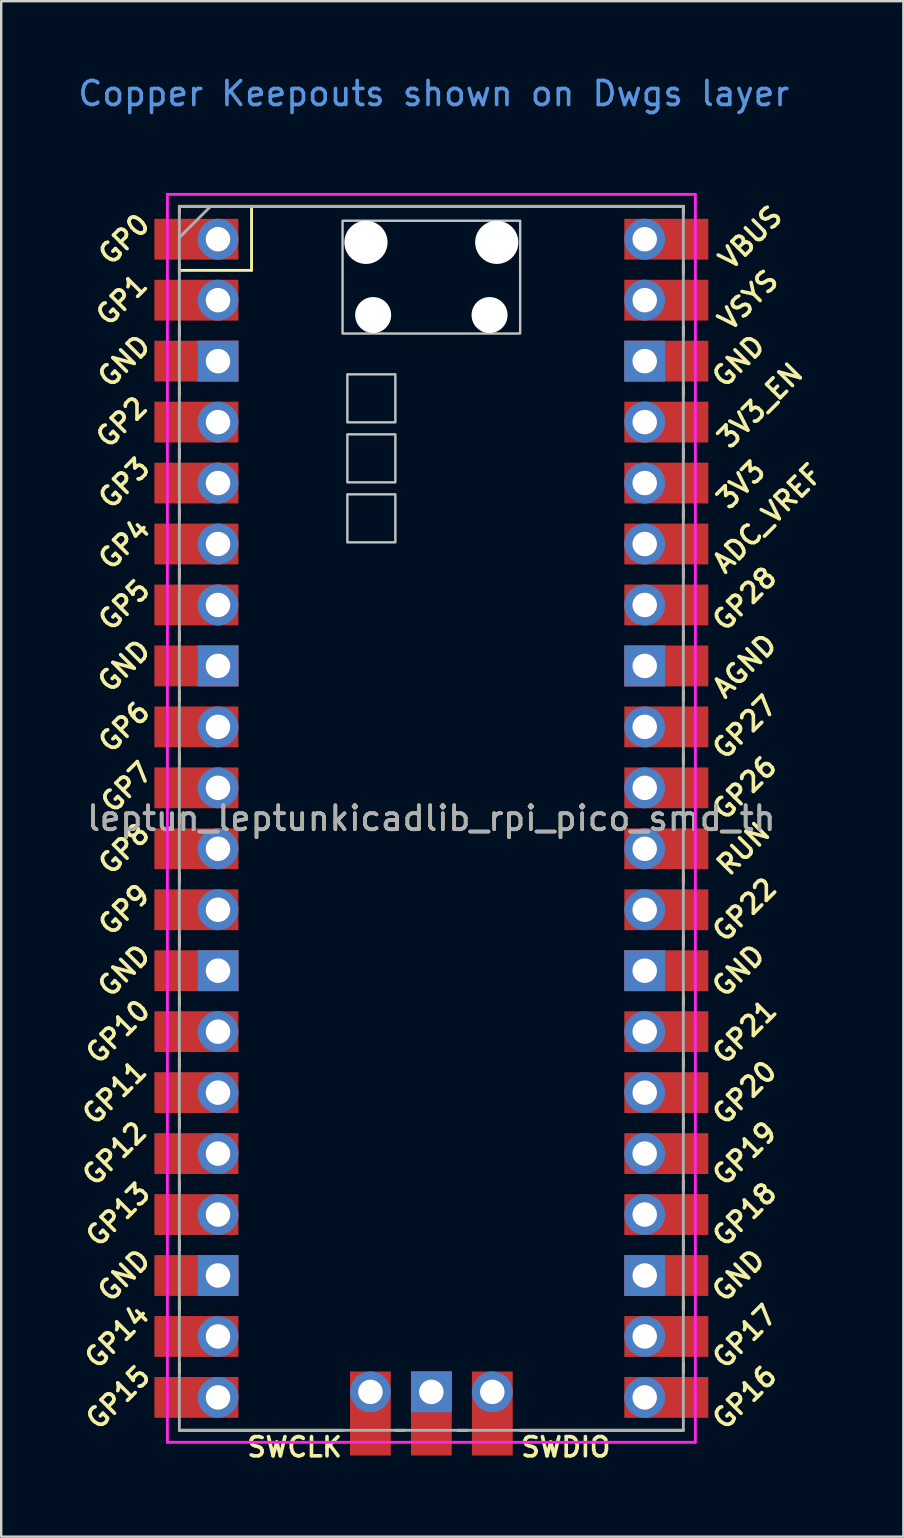
<source format=kicad_pcb>
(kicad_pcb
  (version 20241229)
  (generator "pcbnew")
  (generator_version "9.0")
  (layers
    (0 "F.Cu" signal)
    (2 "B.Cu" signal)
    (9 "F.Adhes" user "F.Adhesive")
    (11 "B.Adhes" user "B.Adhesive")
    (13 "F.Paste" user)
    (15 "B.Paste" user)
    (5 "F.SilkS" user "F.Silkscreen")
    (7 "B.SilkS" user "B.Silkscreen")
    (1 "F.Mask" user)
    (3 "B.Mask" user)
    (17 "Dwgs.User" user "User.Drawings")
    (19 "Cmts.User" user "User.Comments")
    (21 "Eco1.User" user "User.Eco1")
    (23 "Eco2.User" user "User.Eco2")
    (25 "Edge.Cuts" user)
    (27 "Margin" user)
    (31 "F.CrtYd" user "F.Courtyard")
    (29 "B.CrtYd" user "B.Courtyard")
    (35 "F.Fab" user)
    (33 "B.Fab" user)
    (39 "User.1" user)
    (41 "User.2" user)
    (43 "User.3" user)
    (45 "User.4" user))
  (footprint "leptun_leptunkicadlib_rpi_pico_smd_th"
    (layer "F.Cu")
    (at 14.924 31.048)
    (property "Reference" "leptun_leptunkicadlib_rpi_pico_smd_th" (at 0 0 0) (layer "F.SilkS") (effects (font (size 1 1) (thickness 0.15))))
    (attr through_hole)
    (fp_line (start -10.5 -25.5) (end -10.5 -25.2) (stroke (width 0.12) (type solid)) (layer "F.SilkS"))
    (fp_line (start -10.5 -25.5) (end 10.5 -25.5) (stroke (width 0.12) (type solid)) (layer "F.SilkS"))
    (fp_line (start -10.5 -23.1) (end -10.5 -22.7) (stroke (width 0.12) (type solid)) (layer "F.SilkS"))
    (fp_line (start -10.5 -22.833) (end -7.493 -22.833) (stroke (width 0.12) (type solid)) (layer "F.SilkS"))
    (fp_line (start -10.5 -20.5) (end -10.5 -20.1) (stroke (width 0.12) (type solid)) (layer "F.SilkS"))
    (fp_line (start -10.5 -18) (end -10.5 -17.6) (stroke (width 0.12) (type solid)) (layer "F.SilkS"))
    (fp_line (start -10.5 -15.4) (end -10.5 -15) (stroke (width 0.12) (type solid)) (layer "F.SilkS"))
    (fp_line (start -10.5 -12.9) (end -10.5 -12.5) (stroke (width 0.12) (type solid)) (layer "F.SilkS"))
    (fp_line (start -10.5 -10.4) (end -10.5 -10) (stroke (width 0.12) (type solid)) (layer "F.SilkS"))
    (fp_line (start -10.5 -7.8) (end -10.5 -7.4) (stroke (width 0.12) (type solid)) (layer "F.SilkS"))
    (fp_line (start -10.5 -5.3) (end -10.5 -4.9) (stroke (width 0.12) (type solid)) (layer "F.SilkS"))
    (fp_line (start -10.5 -2.7) (end -10.5 -2.3) (stroke (width 0.12) (type solid)) (layer "F.SilkS"))
    (fp_line (start -10.5 -0.2) (end -10.5 0.2) (stroke (width 0.12) (type solid)) (layer "F.SilkS"))
    (fp_line (start -10.5 2.3) (end -10.5 2.7) (stroke (width 0.12) (type solid)) (layer "F.SilkS"))
    (fp_line (start -10.5 4.9) (end -10.5 5.3) (stroke (width 0.12) (type solid)) (layer "F.SilkS"))
    (fp_line (start -10.5 7.4) (end -10.5 7.8) (stroke (width 0.12) (type solid)) (layer "F.SilkS"))
    (fp_line (start -10.5 10) (end -10.5 10.4) (stroke (width 0.12) (type solid)) (layer "F.SilkS"))
    (fp_line (start -10.5 12.5) (end -10.5 12.9) (stroke (width 0.12) (type solid)) (layer "F.SilkS"))
    (fp_line (start -10.5 15.1) (end -10.5 15.5) (stroke (width 0.12) (type solid)) (layer "F.SilkS"))
    (fp_line (start -10.5 17.6) (end -10.5 18) (stroke (width 0.12) (type solid)) (layer "F.SilkS"))
    (fp_line (start -10.5 20.1) (end -10.5 20.5) (stroke (width 0.12) (type solid)) (layer "F.SilkS"))
    (fp_line (start -10.5 22.7) (end -10.5 23.1) (stroke (width 0.12) (type solid)) (layer "F.SilkS"))
    (fp_line (start -7.493 -22.833) (end -7.493 -25.5) (stroke (width 0.12) (type solid)) (layer "F.SilkS"))
    (fp_line (start -3.7 25.5) (end -10.5 25.5) (stroke (width 0.12) (type solid)) (layer "F.SilkS"))
    (fp_line (start -1.5 25.5) (end -1.1 25.5) (stroke (width 0.12) (type solid)) (layer "F.SilkS"))
    (fp_line (start 1.1 25.5) (end 1.5 25.5) (stroke (width 0.12) (type solid)) (layer "F.SilkS"))
    (fp_line (start 10.5 -25.5) (end 10.5 -25.2) (stroke (width 0.12) (type solid)) (layer "F.SilkS"))
    (fp_line (start 10.5 -23.1) (end 10.5 -22.7) (stroke (width 0.12) (type solid)) (layer "F.SilkS"))
    (fp_line (start 10.5 -20.5) (end 10.5 -20.1) (stroke (width 0.12) (type solid)) (layer "F.SilkS"))
    (fp_line (start 10.5 -18) (end 10.5 -17.6) (stroke (width 0.12) (type solid)) (layer "F.SilkS"))
    (fp_line (start 10.5 -15.4) (end 10.5 -15) (stroke (width 0.12) (type solid)) (layer "F.SilkS"))
    (fp_line (start 10.5 -12.9) (end 10.5 -12.5) (stroke (width 0.12) (type solid)) (layer "F.SilkS"))
    (fp_line (start 10.5 -10.4) (end 10.5 -10) (stroke (width 0.12) (type solid)) (layer "F.SilkS"))
    (fp_line (start 10.5 -7.8) (end 10.5 -7.4) (stroke (width 0.12) (type solid)) (layer "F.SilkS"))
    (fp_line (start 10.5 -5.3) (end 10.5 -4.9) (stroke (width 0.12) (type solid)) (layer "F.SilkS"))
    (fp_line (start 10.5 -2.7) (end 10.5 -2.3) (stroke (width 0.12) (type solid)) (layer "F.SilkS"))
    (fp_line (start 10.5 -0.2) (end 10.5 0.2) (stroke (width 0.12) (type solid)) (layer "F.SilkS"))
    (fp_line (start 10.5 2.3) (end 10.5 2.7) (stroke (width 0.12) (type solid)) (layer "F.SilkS"))
    (fp_line (start 10.5 4.9) (end 10.5 5.3) (stroke (width 0.12) (type solid)) (layer "F.SilkS"))
    (fp_line (start 10.5 7.4) (end 10.5 7.8) (stroke (width 0.12) (type solid)) (layer "F.SilkS"))
    (fp_line (start 10.5 10) (end 10.5 10.4) (stroke (width 0.12) (type solid)) (layer "F.SilkS"))
    (fp_line (start 10.5 12.5) (end 10.5 12.9) (stroke (width 0.12) (type solid)) (layer "F.SilkS"))
    (fp_line (start 10.5 15.1) (end 10.5 15.5) (stroke (width 0.12) (type solid)) (layer "F.SilkS"))
    (fp_line (start 10.5 17.6) (end 10.5 18) (stroke (width 0.12) (type solid)) (layer "F.SilkS"))
    (fp_line (start 10.5 20.1) (end 10.5 20.5) (stroke (width 0.12) (type solid)) (layer "F.SilkS"))
    (fp_line (start 10.5 22.7) (end 10.5 23.1) (stroke (width 0.12) (type solid)) (layer "F.SilkS"))
    (fp_line (start 10.5 25.5) (end 3.7 25.5) (stroke (width 0.12) (type solid)) (layer "F.SilkS"))
    (fp_poly (pts (xy -1.5 -16.5) (xy -3.5 -16.5) (xy -3.5 -18.5) (xy -1.5 -18.5)) (stroke (width 0.1) (type solid)) (fill no) (layer "Dwgs.User"))
    (fp_poly (pts (xy -1.5 -14) (xy -3.5 -14) (xy -3.5 -16) (xy -1.5 -16)) (stroke (width 0.1) (type solid)) (fill no) (layer "Dwgs.User"))
    (fp_poly (pts (xy -1.5 -11.5) (xy -3.5 -11.5) (xy -3.5 -13.5) (xy -1.5 -13.5)) (stroke (width 0.1) (type solid)) (fill no) (layer "Dwgs.User"))
    (fp_poly (pts (xy 3.7 -20.2) (xy -3.7 -20.2) (xy -3.7 -24.9) (xy 3.7 -24.9)) (stroke (width 0.1) (type solid)) (fill no) (layer "Dwgs.User"))
    (fp_line (start -11 -26) (end 11 -26) (stroke (width 0.12) (type solid)) (layer "F.CrtYd"))
    (fp_line (start -11 26) (end -11 -26) (stroke (width 0.12) (type solid)) (layer "F.CrtYd"))
    (fp_line (start 11 -26) (end 11 26) (stroke (width 0.12) (type solid)) (layer "F.CrtYd"))
    (fp_line (start 11 26) (end -11 26) (stroke (width 0.12) (type solid)) (layer "F.CrtYd"))
    (fp_line (start -10.5 -25.5) (end 10.5 -25.5) (stroke (width 0.12) (type solid)) (layer "F.Fab"))
    (fp_line (start -10.5 -24.2) (end -9.2 -25.5) (stroke (width 0.12) (type solid)) (layer "F.Fab"))
    (fp_line (start -10.5 25.5) (end -10.5 -25.5) (stroke (width 0.12) (type solid)) (layer "F.Fab"))
    (fp_line (start 10.5 -25.5) (end 10.5 25.5) (stroke (width 0.12) (type solid)) (layer "F.Fab"))
    (fp_line (start 10.5 25.5) (end -10.5 25.5) (stroke (width 0.12) (type solid)) (layer "F.Fab"))
    (fp_text user "GP21" (at 13.054 8.9 45) (layer "F.SilkS") (effects (font (size 0.8 0.8) (thickness 0.15))))
    (fp_text user "GP8" (at -12.8 1.27 45) (layer "F.SilkS") (effects (font (size 0.8 0.8) (thickness 0.15))))
    (fp_text user "GND" (at -12.8 6.35 45) (layer "F.SilkS") (effects (font (size 0.8 0.8) (thickness 0.15))))
    (fp_text user "GP26" (at 13.054 -1.27 45) (layer "F.SilkS") (effects (font (size 0.8 0.8) (thickness 0.15))))
    (fp_text user "GND" (at 12.8 19.05 45) (layer "F.SilkS") (effects (font (size 0.8 0.8) (thickness 0.15))))
    (fp_text user "AGND" (at 13.054 -6.35 45) (layer "F.SilkS") (effects (font (size 0.8 0.8) (thickness 0.15))))
    (fp_text user "GP5" (at -12.8 -8.89 45) (layer "F.SilkS") (effects (font (size 0.8 0.8) (thickness 0.15))))
    (fp_text user "GP22" (at 13.054 3.81 45) (layer "F.SilkS") (effects (font (size 0.8 0.8) (thickness 0.15))))
    (fp_text user "GND" (at -12.8 19.05 45) (layer "F.SilkS") (effects (font (size 0.8 0.8) (thickness 0.15))))
    (fp_text user "GP13" (at -13.054 16.51 45) (layer "F.SilkS") (effects (font (size 0.8 0.8) (thickness 0.15))))
    (fp_text user "GP3" (at -12.8 -13.97 45) (layer "F.SilkS") (effects (font (size 0.8 0.8) (thickness 0.15))))
    (fp_text user "GND" (at 12.8 -19.05 45) (layer "F.SilkS") (effects (font (size 0.8 0.8) (thickness 0.15))))
    (fp_text user "GP1" (at -12.9 -21.6 45) (layer "F.SilkS") (effects (font (size 0.8 0.8) (thickness 0.15))))
    (fp_text user "GP17" (at 13.054 21.59 45) (layer "F.SilkS") (effects (font (size 0.8 0.8) (thickness 0.15))))
    (fp_text user "GP9" (at -12.8 3.81 45) (layer "F.SilkS") (effects (font (size 0.8 0.8) (thickness 0.15))))
    (fp_text user "GP15" (at -13.054 24.13 45) (layer "F.SilkS") (effects (font (size 0.8 0.8) (thickness 0.15))))
    (fp_text user "GP2" (at -12.9 -16.51 45) (layer "F.SilkS") (effects (font (size 0.8 0.8) (thickness 0.15))))
    (fp_text user "GP14" (at -13.1 21.59 45) (layer "F.SilkS") (effects (font (size 0.8 0.8) (thickness 0.15))))
    (fp_text user "GP4" (at -12.8 -11.43 45) (layer "F.SilkS") (effects (font (size 0.8 0.8) (thickness 0.15))))
    (fp_text user "VBUS" (at 13.3 -24.2 45) (layer "F.SilkS") (effects (font (size 0.8 0.8) (thickness 0.15))))
    (fp_text user "GND" (at 12.8 6.35 45) (layer "F.SilkS") (effects (font (size 0.8 0.8) (thickness 0.15))))
    (fp_text user "GP10" (at -13.054 8.89 45) (layer "F.SilkS") (effects (font (size 0.8 0.8) (thickness 0.15))))
    (fp_text user "GP16" (at 13.054 24.13 45) (layer "F.SilkS") (effects (font (size 0.8 0.8) (thickness 0.15))))
    (fp_text user "GP19" (at 13.054 13.97 45) (layer "F.SilkS") (effects (font (size 0.8 0.8) (thickness 0.15))))
    (fp_text user "GP12" (at -13.2 13.97 45) (layer "F.SilkS") (effects (font (size 0.8 0.8) (thickness 0.15))))
    (fp_text user "RUN" (at 13 1.27 45) (layer "F.SilkS") (effects (font (size 0.8 0.8) (thickness 0.15))))
    (fp_text user "GND" (at -12.8 -19.05 45) (layer "F.SilkS") (effects (font (size 0.8 0.8) (thickness 0.15))))
    (fp_text user "GND" (at -12.8 -6.35 45) (layer "F.SilkS") (effects (font (size 0.8 0.8) (thickness 0.15))))
    (fp_text user "GP6" (at -12.8 -3.81 45) (layer "F.SilkS") (effects (font (size 0.8 0.8) (thickness 0.15))))
    (fp_text user "GP18" (at 13.054 16.51 45) (layer "F.SilkS") (effects (font (size 0.8 0.8) (thickness 0.15))))
    (fp_text user "3V3_EN" (at 13.7 -17.2 45) (layer "F.SilkS") (effects (font (size 0.8 0.8) (thickness 0.15))))
    (fp_text user "VSYS" (at 13.2 -21.59 45) (layer "F.SilkS") (effects (font (size 0.8 0.8) (thickness 0.15))))
    (fp_text user "3V3" (at 12.9 -13.9 45) (layer "F.SilkS") (effects (font (size 0.8 0.8) (thickness 0.15))))
    (fp_text user "GP20" (at 13.054 11.43 45) (layer "F.SilkS") (effects (font (size 0.8 0.8) (thickness 0.15))))
    (fp_text user "SWCLK" (at -5.7 26.2 0) (layer "F.SilkS") (effects (font (size 0.8 0.8) (thickness 0.15))))
    (fp_text user "GP28" (at 13.054 -9.144 45) (layer "F.SilkS") (effects (font (size 0.8 0.8) (thickness 0.15))))
    (fp_text user "GP27" (at 13.054 -3.8 45) (layer "F.SilkS") (effects (font (size 0.8 0.8) (thickness 0.15))))
    (fp_text user "GP11" (at -13.2 11.43 45) (layer "F.SilkS") (effects (font (size 0.8 0.8) (thickness 0.15))))
    (fp_text user "SWDIO" (at 5.6 26.2 0) (layer "F.SilkS") (effects (font (size 0.8 0.8) (thickness 0.15))))
    (fp_text user "GP7" (at -12.7 -1.3 45) (layer "F.SilkS") (effects (font (size 0.8 0.8) (thickness 0.15))))
    (fp_text user "GP0" (at -12.8 -24.13 45) (layer "F.SilkS") (effects (font (size 0.8 0.8) (thickness 0.15))))
    (fp_text user "ADC_VREF" (at 14 -12.5 45) (layer "F.SilkS") (effects (font (size 0.8 0.8) (thickness 0.15))))
    (fp_text user "Copper Keepouts shown on Dwgs layer" (at 0.1 -30.2 0) (layer "Cmts.User") (effects (font (size 1 1) (thickness 0.15))))
    (fp_text user "${REFERENCE}" (at 0 0 180) (layer "F.Fab") (effects (font (size 1 1) (thickness 0.15))))
    (pad "" np_thru_hole oval (at -2.725 -24) (size 1.8 1.8) (drill 1.8) (layers "*.Cu" "*.Mask"))
    (pad "" np_thru_hole oval (at -2.425 -20.97) (size 1.5 1.5) (drill 1.5) (layers "*.Cu" "*.Mask"))
    (pad "" np_thru_hole oval (at 2.425 -20.97) (size 1.5 1.5) (drill 1.5) (layers "*.Cu" "*.Mask"))
    (pad "" np_thru_hole oval (at 2.725 -24) (size 1.8 1.8) (drill 1.8) (layers "*.Cu" "*.Mask"))
    (pad "1" thru_hole oval (at -8.89 -24.13) (size 1.7 1.7) (drill 1.02) (layers "*.Cu" "*.Mask"))
    (pad "1" smd rect (at -8.89 -24.13) (size 3.5 1.7) (drill (offset -0.9 0)) (layers "F.Cu" "F.Mask"))
    (pad "2" thru_hole oval (at -8.89 -21.59) (size 1.7 1.7) (drill 1.02) (layers "*.Cu" "*.Mask"))
    (pad "2" smd rect (at -8.89 -21.59) (size 3.5 1.7) (drill (offset -0.9 0)) (layers "F.Cu" "F.Mask"))
    (pad "3" thru_hole rect (at -8.89 -19.05) (size 1.7 1.7) (drill 1.02) (layers "*.Cu" "*.Mask"))
    (pad "3" smd rect (at -8.89 -19.05) (size 3.5 1.7) (drill (offset -0.9 0)) (layers "F.Cu" "F.Mask"))
    (pad "4" thru_hole oval (at -8.89 -16.51) (size 1.7 1.7) (drill 1.02) (layers "*.Cu" "*.Mask"))
    (pad "4" smd rect (at -8.89 -16.51) (size 3.5 1.7) (drill (offset -0.9 0)) (layers "F.Cu" "F.Mask"))
    (pad "5" thru_hole oval (at -8.89 -13.97) (size 1.7 1.7) (drill 1.02) (layers "*.Cu" "*.Mask"))
    (pad "5" smd rect (at -8.89 -13.97) (size 3.5 1.7) (drill (offset -0.9 0)) (layers "F.Cu" "F.Mask"))
    (pad "6" thru_hole oval (at -8.89 -11.43) (size 1.7 1.7) (drill 1.02) (layers "*.Cu" "*.Mask"))
    (pad "6" smd rect (at -8.89 -11.43) (size 3.5 1.7) (drill (offset -0.9 0)) (layers "F.Cu" "F.Mask"))
    (pad "7" thru_hole oval (at -8.89 -8.89) (size 1.7 1.7) (drill 1.02) (layers "*.Cu" "*.Mask"))
    (pad "7" smd rect (at -8.89 -8.89) (size 3.5 1.7) (drill (offset -0.9 0)) (layers "F.Cu" "F.Mask"))
    (pad "8" thru_hole rect (at -8.89 -6.35) (size 1.7 1.7) (drill 1.02) (layers "*.Cu" "*.Mask"))
    (pad "8" smd rect (at -8.89 -6.35) (size 3.5 1.7) (drill (offset -0.9 0)) (layers "F.Cu" "F.Mask"))
    (pad "9" thru_hole oval (at -8.89 -3.81) (size 1.7 1.7) (drill 1.02) (layers "*.Cu" "*.Mask"))
    (pad "9" smd rect (at -8.89 -3.81) (size 3.5 1.7) (drill (offset -0.9 0)) (layers "F.Cu" "F.Mask"))
    (pad "10" thru_hole oval (at -8.89 -1.27) (size 1.7 1.7) (drill 1.02) (layers "*.Cu" "*.Mask"))
    (pad "10" smd rect (at -8.89 -1.27) (size 3.5 1.7) (drill (offset -0.9 0)) (layers "F.Cu" "F.Mask"))
    (pad "11" thru_hole oval (at -8.89 1.27) (size 1.7 1.7) (drill 1.02) (layers "*.Cu" "*.Mask"))
    (pad "11" smd rect (at -8.89 1.27) (size 3.5 1.7) (drill (offset -0.9 0)) (layers "F.Cu" "F.Mask"))
    (pad "12" thru_hole oval (at -8.89 3.81) (size 1.7 1.7) (drill 1.02) (layers "*.Cu" "*.Mask"))
    (pad "12" smd rect (at -8.89 3.81) (size 3.5 1.7) (drill (offset -0.9 0)) (layers "F.Cu" "F.Mask"))
    (pad "13" thru_hole rect (at -8.89 6.35) (size 1.7 1.7) (drill 1.02) (layers "*.Cu" "*.Mask"))
    (pad "13" smd rect (at -8.89 6.35) (size 3.5 1.7) (drill (offset -0.9 0)) (layers "F.Cu" "F.Mask"))
    (pad "14" thru_hole oval (at -8.89 8.89) (size 1.7 1.7) (drill 1.02) (layers "*.Cu" "*.Mask"))
    (pad "14" smd rect (at -8.89 8.89) (size 3.5 1.7) (drill (offset -0.9 0)) (layers "F.Cu" "F.Mask"))
    (pad "15" thru_hole oval (at -8.89 11.43) (size 1.7 1.7) (drill 1.02) (layers "*.Cu" "*.Mask"))
    (pad "15" smd rect (at -8.89 11.43) (size 3.5 1.7) (drill (offset -0.9 0)) (layers "F.Cu" "F.Mask"))
    (pad "16" thru_hole oval (at -8.89 13.97) (size 1.7 1.7) (drill 1.02) (layers "*.Cu" "*.Mask"))
    (pad "16" smd rect (at -8.89 13.97) (size 3.5 1.7) (drill (offset -0.9 0)) (layers "F.Cu" "F.Mask"))
    (pad "17" thru_hole oval (at -8.89 16.51) (size 1.7 1.7) (drill 1.02) (layers "*.Cu" "*.Mask"))
    (pad "17" smd rect (at -8.89 16.51) (size 3.5 1.7) (drill (offset -0.9 0)) (layers "F.Cu" "F.Mask"))
    (pad "18" thru_hole rect (at -8.89 19.05) (size 1.7 1.7) (drill 1.02) (layers "*.Cu" "*.Mask"))
    (pad "18" smd rect (at -8.89 19.05) (size 3.5 1.7) (drill (offset -0.9 0)) (layers "F.Cu" "F.Mask"))
    (pad "19" thru_hole oval (at -8.89 21.59) (size 1.7 1.7) (drill 1.02) (layers "*.Cu" "*.Mask"))
    (pad "19" smd rect (at -8.89 21.59) (size 3.5 1.7) (drill (offset -0.9 0)) (layers "F.Cu" "F.Mask"))
    (pad "20" thru_hole oval (at -8.89 24.13) (size 1.7 1.7) (drill 1.02) (layers "*.Cu" "*.Mask"))
    (pad "20" smd rect (at -8.89 24.13) (size 3.5 1.7) (drill (offset -0.9 0)) (layers "F.Cu" "F.Mask"))
    (pad "21" thru_hole oval (at 8.89 24.13) (size 1.7 1.7) (drill 1.02) (layers "*.Cu" "*.Mask"))
    (pad "21" smd rect (at 8.89 24.13) (size 3.5 1.7) (drill (offset 0.9 0)) (layers "F.Cu" "F.Mask"))
    (pad "22" thru_hole oval (at 8.89 21.59) (size 1.7 1.7) (drill 1.02) (layers "*.Cu" "*.Mask"))
    (pad "22" smd rect (at 8.89 21.59) (size 3.5 1.7) (drill (offset 0.9 0)) (layers "F.Cu" "F.Mask"))
    (pad "23" thru_hole rect (at 8.89 19.05) (size 1.7 1.7) (drill 1.02) (layers "*.Cu" "*.Mask"))
    (pad "23" smd rect (at 8.89 19.05) (size 3.5 1.7) (drill (offset 0.9 0)) (layers "F.Cu" "F.Mask"))
    (pad "24" thru_hole oval (at 8.89 16.51) (size 1.7 1.7) (drill 1.02) (layers "*.Cu" "*.Mask"))
    (pad "24" smd rect (at 8.89 16.51) (size 3.5 1.7) (drill (offset 0.9 0)) (layers "F.Cu" "F.Mask"))
    (pad "25" thru_hole oval (at 8.89 13.97) (size 1.7 1.7) (drill 1.02) (layers "*.Cu" "*.Mask"))
    (pad "25" smd rect (at 8.89 13.97) (size 3.5 1.7) (drill (offset 0.9 0)) (layers "F.Cu" "F.Mask"))
    (pad "26" thru_hole oval (at 8.89 11.43) (size 1.7 1.7) (drill 1.02) (layers "*.Cu" "*.Mask"))
    (pad "26" smd rect (at 8.89 11.43) (size 3.5 1.7) (drill (offset 0.9 0)) (layers "F.Cu" "F.Mask"))
    (pad "27" thru_hole oval (at 8.89 8.89) (size 1.7 1.7) (drill 1.02) (layers "*.Cu" "*.Mask"))
    (pad "27" smd rect (at 8.89 8.89) (size 3.5 1.7) (drill (offset 0.9 0)) (layers "F.Cu" "F.Mask"))
    (pad "28" thru_hole rect (at 8.89 6.35) (size 1.7 1.7) (drill 1.02) (layers "*.Cu" "*.Mask"))
    (pad "28" smd rect (at 8.89 6.35) (size 3.5 1.7) (drill (offset 0.9 0)) (layers "F.Cu" "F.Mask"))
    (pad "29" thru_hole oval (at 8.89 3.81) (size 1.7 1.7) (drill 1.02) (layers "*.Cu" "*.Mask"))
    (pad "29" smd rect (at 8.89 3.81) (size 3.5 1.7) (drill (offset 0.9 0)) (layers "F.Cu" "F.Mask"))
    (pad "30" thru_hole oval (at 8.89 1.27) (size 1.7 1.7) (drill 1.02) (layers "*.Cu" "*.Mask"))
    (pad "30" smd rect (at 8.89 1.27) (size 3.5 1.7) (drill (offset 0.9 0)) (layers "F.Cu" "F.Mask"))
    (pad "31" thru_hole oval (at 8.89 -1.27) (size 1.7 1.7) (drill 1.02) (layers "*.Cu" "*.Mask"))
    (pad "31" smd rect (at 8.89 -1.27) (size 3.5 1.7) (drill (offset 0.9 0)) (layers "F.Cu" "F.Mask"))
    (pad "32" thru_hole oval (at 8.89 -3.81) (size 1.7 1.7) (drill 1.02) (layers "*.Cu" "*.Mask"))
    (pad "32" smd rect (at 8.89 -3.81) (size 3.5 1.7) (drill (offset 0.9 0)) (layers "F.Cu" "F.Mask"))
    (pad "33" thru_hole rect (at 8.89 -6.35) (size 1.7 1.7) (drill 1.02) (layers "*.Cu" "*.Mask"))
    (pad "33" smd rect (at 8.89 -6.35) (size 3.5 1.7) (drill (offset 0.9 0)) (layers "F.Cu" "F.Mask"))
    (pad "34" thru_hole oval (at 8.89 -8.89) (size 1.7 1.7) (drill 1.02) (layers "*.Cu" "*.Mask"))
    (pad "34" smd rect (at 8.89 -8.89) (size 3.5 1.7) (drill (offset 0.9 0)) (layers "F.Cu" "F.Mask"))
    (pad "35" thru_hole oval (at 8.89 -11.43) (size 1.7 1.7) (drill 1.02) (layers "*.Cu" "*.Mask"))
    (pad "35" smd rect (at 8.89 -11.43) (size 3.5 1.7) (drill (offset 0.9 0)) (layers "F.Cu" "F.Mask"))
    (pad "36" thru_hole oval (at 8.89 -13.97) (size 1.7 1.7) (drill 1.02) (layers "*.Cu" "*.Mask"))
    (pad "36" smd rect (at 8.89 -13.97) (size 3.5 1.7) (drill (offset 0.9 0)) (layers "F.Cu" "F.Mask"))
    (pad "37" thru_hole oval (at 8.89 -16.51) (size 1.7 1.7) (drill 1.02) (layers "*.Cu" "*.Mask"))
    (pad "37" smd rect (at 8.89 -16.51) (size 3.5 1.7) (drill (offset 0.9 0)) (layers "F.Cu" "F.Mask"))
    (pad "38" thru_hole rect (at 8.89 -19.05) (size 1.7 1.7) (drill 1.02) (layers "*.Cu" "*.Mask"))
    (pad "38" smd rect (at 8.89 -19.05) (size 3.5 1.7) (drill (offset 0.9 0)) (layers "F.Cu" "F.Mask"))
    (pad "39" thru_hole oval (at 8.89 -21.59) (size 1.7 1.7) (drill 1.02) (layers "*.Cu" "*.Mask"))
    (pad "39" smd rect (at 8.89 -21.59) (size 3.5 1.7) (drill (offset 0.9 0)) (layers "F.Cu" "F.Mask"))
    (pad "40" thru_hole oval (at 8.89 -24.13) (size 1.7 1.7) (drill 1.02) (layers "*.Cu" "*.Mask"))
    (pad "40" smd rect (at 8.89 -24.13) (size 3.5 1.7) (drill (offset 0.9 0)) (layers "F.Cu" "F.Mask"))
    (pad "41" thru_hole oval (at -2.54 23.9) (size 1.7 1.7) (drill 1.02) (layers "*.Cu" "*.Mask"))
    (pad "41" smd rect (at -2.54 23.9 90) (size 3.5 1.7) (drill (offset -0.9 0)) (layers "F.Cu" "F.Mask"))
    (pad "42" thru_hole rect (at 0 23.9) (size 1.7 1.7) (drill 1.02) (layers "*.Cu" "*.Mask"))
    (pad "42" smd rect (at 0 23.9 90) (size 3.5 1.7) (drill (offset -0.9 0)) (layers "F.Cu" "F.Mask"))
    (pad "43" thru_hole oval (at 2.54 23.9) (size 1.7 1.7) (drill 1.02) (layers "*.Cu" "*.Mask"))
    (pad "43" smd rect (at 2.54 23.9 90) (size 3.5 1.7) (drill (offset -0.9 0)) (layers "F.Cu" "F.Mask")))
  (gr_rect
    (start -3 -3)
    (end 34.591 60.98)
    (stroke (width 0.1) (type default))
    (fill no)
    (layer "Edge.Cuts")))
</source>
